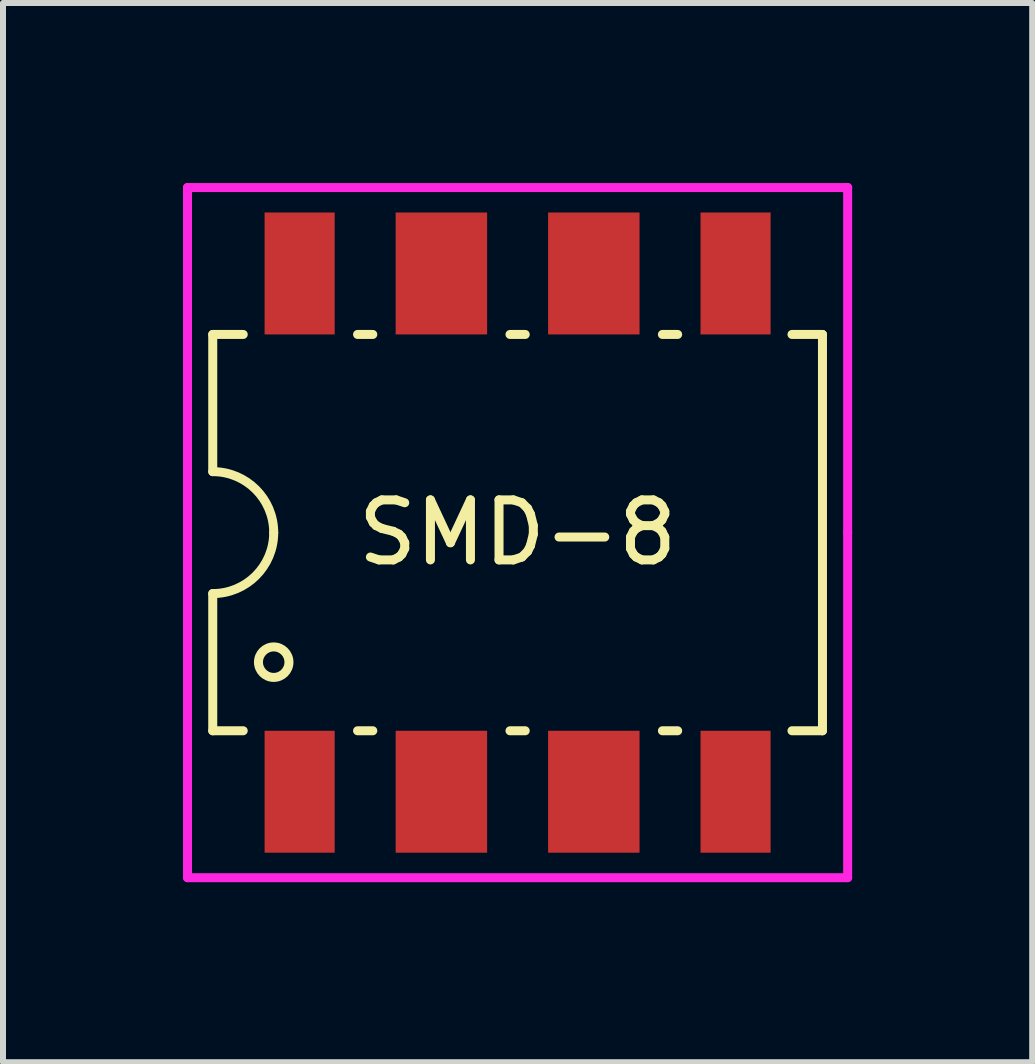
<source format=kicad_pcb>
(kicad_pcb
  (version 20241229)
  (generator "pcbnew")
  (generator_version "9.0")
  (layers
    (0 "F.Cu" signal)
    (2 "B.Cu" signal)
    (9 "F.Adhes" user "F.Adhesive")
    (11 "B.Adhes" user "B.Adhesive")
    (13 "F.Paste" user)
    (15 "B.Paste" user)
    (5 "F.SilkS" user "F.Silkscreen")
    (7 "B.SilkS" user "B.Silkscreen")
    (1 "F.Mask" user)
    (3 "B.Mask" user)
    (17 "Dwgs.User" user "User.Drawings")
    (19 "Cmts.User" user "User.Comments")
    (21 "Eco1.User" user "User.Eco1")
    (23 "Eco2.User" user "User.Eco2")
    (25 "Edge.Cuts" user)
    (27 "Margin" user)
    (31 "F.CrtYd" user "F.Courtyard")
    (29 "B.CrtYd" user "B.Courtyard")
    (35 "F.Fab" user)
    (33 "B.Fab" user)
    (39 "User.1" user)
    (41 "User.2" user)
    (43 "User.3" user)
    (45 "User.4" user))
  (footprint "SMD-8"
    (layer "F.Cu")
    (at 5.575 5.825)
    (property "Reference" "SMD-8" (at 0 0 0) (layer "F.SilkS") (effects (font (size 1 1) (thickness 0.15))))
    (attr smd)
    (fp_line (start -5.08 -3.302) (end -5.08 -1.016) (stroke (width 0.15) (type solid)) (layer "F.SilkS"))
    (fp_line (start -5.08 -3.302) (end -4.572 -3.302) (stroke (width 0.15) (type solid)) (layer "F.SilkS"))
    (fp_line (start -5.08 1.016) (end -5.08 3.302) (stroke (width 0.15) (type solid)) (layer "F.SilkS"))
    (fp_line (start -5.08 3.302) (end -4.572 3.302) (stroke (width 0.15) (type solid)) (layer "F.SilkS"))
    (fp_line (start -2.667 -3.302) (end -2.413 -3.302) (stroke (width 0.15) (type solid)) (layer "F.SilkS"))
    (fp_line (start -2.667 3.302) (end -2.413 3.302) (stroke (width 0.15) (type solid)) (layer "F.SilkS"))
    (fp_line (start -0.127 -3.302) (end 0.127 -3.302) (stroke (width 0.15) (type solid)) (layer "F.SilkS"))
    (fp_line (start -0.127 3.302) (end 0.127 3.302) (stroke (width 0.15) (type solid)) (layer "F.SilkS"))
    (fp_line (start 2.413 -3.302) (end 2.667 -3.302) (stroke (width 0.15) (type solid)) (layer "F.SilkS"))
    (fp_line (start 2.413 3.302) (end 2.667 3.302) (stroke (width 0.15) (type solid)) (layer "F.SilkS"))
    (fp_line (start 5.08 -3.302) (end 4.572 -3.302) (stroke (width 0.15) (type solid)) (layer "F.SilkS"))
    (fp_line (start 5.08 -3.302) (end 5.08 3.302) (stroke (width 0.15) (type solid)) (layer "F.SilkS"))
    (fp_line (start 5.08 3.302) (end 4.572 3.302) (stroke (width 0.15) (type solid)) (layer "F.SilkS"))
    (fp_arc (start -5.08 -1.016) (mid -4.36158 -0.71842) (end -4.064 0) (stroke (width 0.15) (type solid)) (layer "F.SilkS"))
    (fp_arc (start -4.064 0) (mid -4.36158 0.71842) (end -5.08 1.016) (stroke (width 0.15) (type solid)) (layer "F.SilkS"))
    (fp_circle (center -4.064 2.159) (end -3.81 2.159) (stroke (width 0.15) (type solid)) (fill no) (layer "F.SilkS"))
    (fp_line (start -5.5 -5.75) (end -5.5 5.75) (stroke (width 0.15) (type solid)) (layer "F.CrtYd"))
    (fp_line (start -5.5 5.75) (end 5.5 5.75) (stroke (width 0.15) (type solid)) (layer "F.CrtYd"))
    (fp_line (start 5.5 -5.75) (end -5.5 -5.75) (stroke (width 0.15) (type solid)) (layer "F.CrtYd"))
    (fp_line (start 5.5 0) (end 5.5 -5.75) (stroke (width 0.15) (type solid)) (layer "F.CrtYd"))
    (fp_line (start 5.5 5.75) (end 5.5 0) (stroke (width 0.15) (type solid)) (layer "F.CrtYd"))
    (pad "1" smd rect (at -3.632 4.318) (size 1.168 2.032) (layers "F.Cu" "F.Mask" "F.Paste"))
    (pad "2" smd rect (at -1.27 4.318) (size 1.524 2.032) (layers "F.Cu" "F.Mask" "F.Paste"))
    (pad "3" smd rect (at 1.27 4.318) (size 1.524 2.032) (layers "F.Cu" "F.Mask" "F.Paste"))
    (pad "4" smd rect (at 3.632 4.318) (size 1.168 2.032) (layers "F.Cu" "F.Mask" "F.Paste"))
    (pad "5" smd rect (at 3.632 -4.318) (size 1.168 2.032) (layers "F.Cu" "F.Mask" "F.Paste"))
    (pad "6" smd rect (at 1.27 -4.318) (size 1.524 2.032) (layers "F.Cu" "F.Mask" "F.Paste"))
    (pad "7" smd rect (at -1.27 -4.318) (size 1.524 2.032) (layers "F.Cu" "F.Mask" "F.Paste"))
    (pad "8" smd rect (at -3.632 -4.318) (size 1.168 2.032) (layers "F.Cu" "F.Mask" "F.Paste")))
  (gr_rect
    (start -3 -3)
    (end 14.15 14.65)
    (stroke (width 0.1) (type default))
    (fill no)
    (layer "Edge.Cuts")))
</source>
